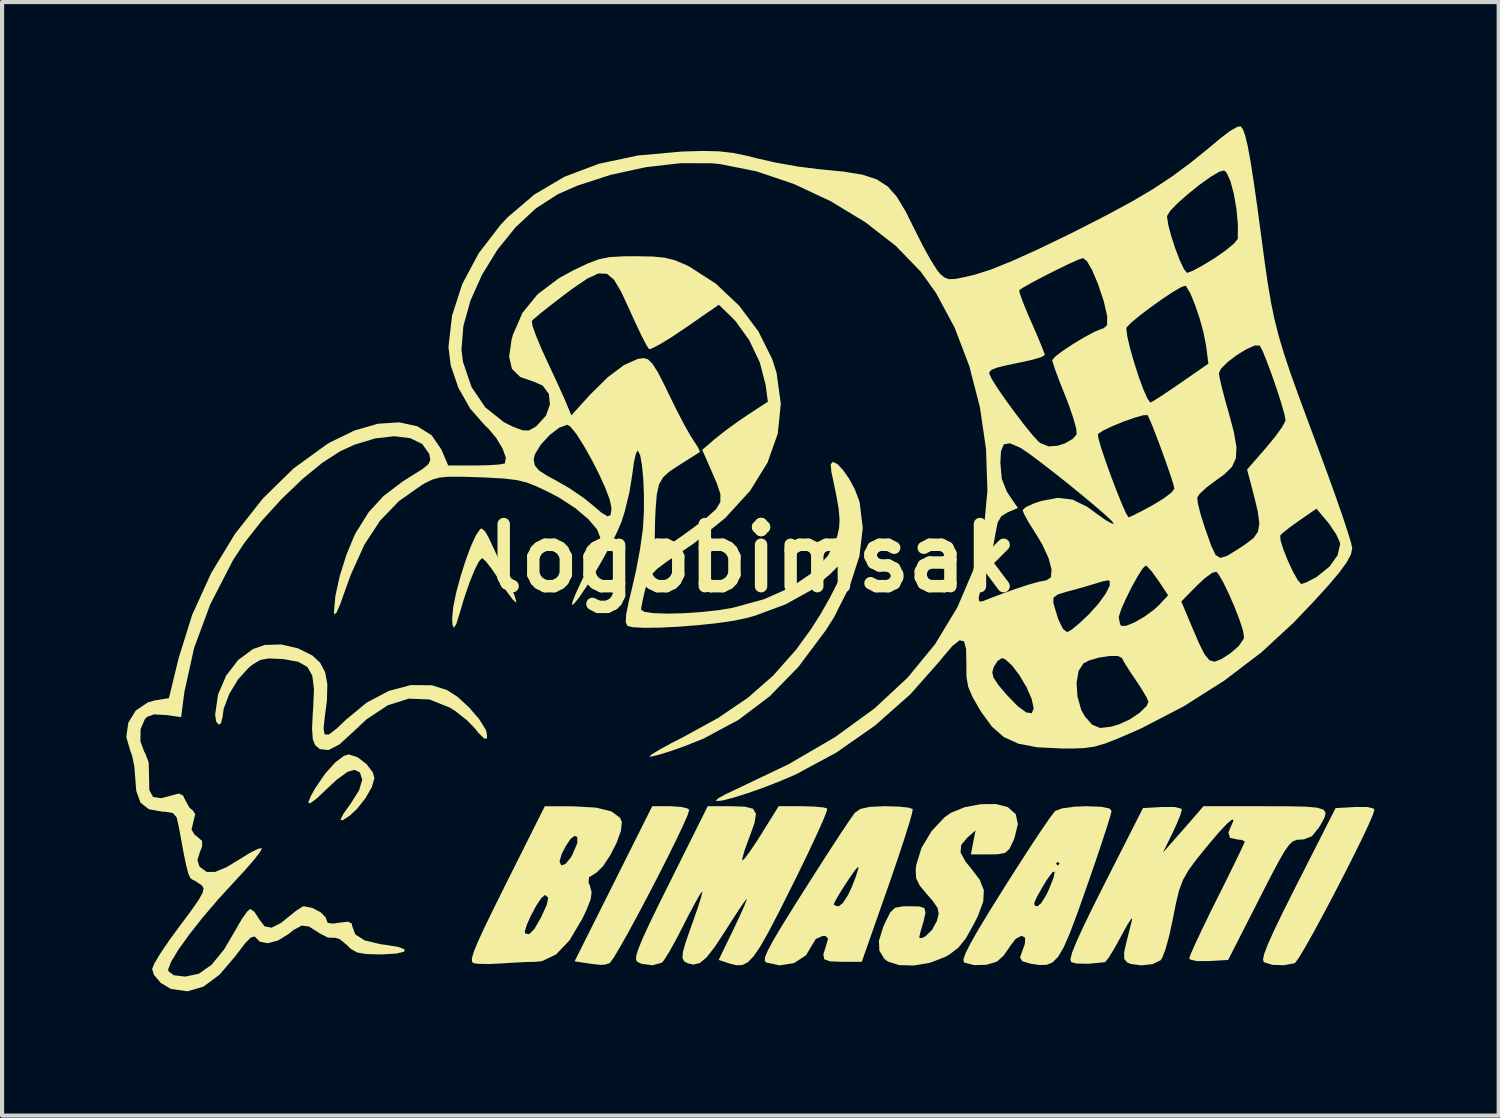
<source format=kicad_pcb>
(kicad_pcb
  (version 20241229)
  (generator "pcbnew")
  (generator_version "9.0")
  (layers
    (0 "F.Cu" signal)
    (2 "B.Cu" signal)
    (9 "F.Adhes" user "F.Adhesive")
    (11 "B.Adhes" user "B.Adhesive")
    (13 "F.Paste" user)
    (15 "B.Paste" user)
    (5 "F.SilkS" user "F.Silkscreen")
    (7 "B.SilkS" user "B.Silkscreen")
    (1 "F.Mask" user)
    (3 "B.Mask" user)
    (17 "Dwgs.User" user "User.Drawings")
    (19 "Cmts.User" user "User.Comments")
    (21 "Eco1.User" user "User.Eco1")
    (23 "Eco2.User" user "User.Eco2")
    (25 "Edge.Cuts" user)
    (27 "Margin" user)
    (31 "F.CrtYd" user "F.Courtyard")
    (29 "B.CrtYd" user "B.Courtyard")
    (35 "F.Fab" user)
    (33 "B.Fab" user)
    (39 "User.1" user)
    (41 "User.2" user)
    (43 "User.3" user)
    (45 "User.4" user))
  (footprint "logobimsak"
    (layer "F.Cu")
    (at 15.113 10.426)
    (property "Reference" "logobimsak" (at 0 0 0) (layer "F.SilkS") (effects (font (size 1.5 1.5) (thickness 0.3))))
    (attr board_only exclude_from_pos_files exclude_from_bom)
    (fp_poly (pts (xy -1.712 6.009) (xy -1.55 6.05) (xy -1.52 6.083) (xy -1.56 6.21) (xy -1.671 6.462) (xy -1.837 6.813) (xy -2.045 7.232) (xy -2.279 7.694) (xy -2.526 8.169) (xy -2.77 8.63) (xy -2.997 9.049) (xy -3.194 9.398) (xy -3.344 9.648) (xy -3.434 9.773) (xy -3.445 9.782) (xy -3.55 9.816) (xy -3.662 9.823) (xy -3.845 9.804) (xy -4.045 9.774) (xy -4.288 9.737) (xy -3.351 7.865) (xy -2.414 5.992) (xy -1.967 5.992)) (stroke (width 0) (type solid)) (fill yes) (layer "F.SilkS"))
    (fp_poly (pts (xy 14.848 6.01) (xy 15.005 6.048) (xy 15.025 6.078) (xy 14.985 6.206) (xy 14.875 6.459) (xy 14.709 6.81) (xy 14.501 7.231) (xy 14.267 7.693) (xy 14.021 8.168) (xy 13.776 8.63) (xy 13.549 9.049) (xy 13.352 9.398) (xy 13.202 9.649) (xy 13.112 9.773) (xy 13.101 9.782) (xy 12.845 9.831) (xy 12.563 9.822) (xy 12.357 9.759) (xy 12.334 9.698) (xy 12.362 9.563) (xy 12.447 9.337) (xy 12.597 9.003) (xy 12.817 8.547) (xy 13.115 7.952) (xy 13.162 7.86) (xy 14.087 6.037) (xy 14.556 6.01)) (stroke (width 0) (type solid)) (fill yes) (layer "F.SilkS"))
    (fp_poly (pts (xy -9.529 4.808) (xy -9.313 4.973) (xy -9.159 5.177) (xy -9.123 5.311) (xy -9.183 5.527) (xy -9.338 5.798) (xy -9.547 6.061) (xy -9.718 6.22) (xy -9.892 6.333) (xy -9.942 6.317) (xy -9.87 6.174) (xy -9.699 5.935) (xy -9.492 5.608) (xy -9.416 5.349) (xy -9.473 5.176) (xy -9.603 5.113) (xy -9.772 5.162) (xy -10.031 5.351) (xy -10.251 5.556) (xy -10.52 5.808) (xy -10.676 5.924) (xy -10.72 5.901) (xy -10.655 5.74) (xy -10.544 5.545) (xy -10.312 5.207) (xy -10.073 4.939) (xy -9.858 4.775) (xy -9.744 4.74)) (stroke (width 0) (type solid)) (fill yes) (layer "F.SilkS"))
    (fp_poly (pts (xy -6.45 -0.644) (xy -6.373 -0.514) (xy -6.081 0.112) (xy -5.871 0.582) (xy -5.742 0.897) (xy -5.696 1.054) (xy -5.704 1.073) (xy -5.78 1.003) (xy -5.919 0.818) (xy -6.092 0.557) (xy -6.105 0.537) (xy -6.281 0.272) (xy -6.43 0.08) (xy -6.52 0.000347) (xy -6.523 0) (xy -6.598 0.08) (xy -6.706 0.294) (xy -6.831 0.605) (xy -6.958 0.975) (xy -7.06 1.321) (xy -7.144 1.59) (xy -7.204 1.686) (xy -7.237 1.608) (xy -7.244 1.447) (xy -7.218 1.177) (xy -7.147 0.83) (xy -7.043 0.445) (xy -6.921 0.06) (xy -6.793 -0.284) (xy -6.672 -0.55) (xy -6.57 -0.698) (xy -6.533 -0.715)) (stroke (width 0) (type solid)) (fill yes) (layer "F.SilkS"))
    (fp_poly (pts (xy 3.539 6.001) (xy 3.772 6.025) (xy 3.877 6.059) (xy 3.877 6.059) (xy 3.861 6.16) (xy 3.792 6.403) (xy 3.679 6.764) (xy 3.53 7.216) (xy 3.353 7.735) (xy 3.282 7.938) (xy 2.646 9.749) (xy 2.172 9.749) (xy 1.881 9.738) (xy 1.739 9.687) (xy 1.718 9.566) (xy 1.787 9.352) (xy 1.832 9.186) (xy 1.774 9.127) (xy 1.703 9.123) (xy 1.536 9.197) (xy 1.481 9.286) (xy 1.3 9.591) (xy 1.011 9.78) (xy 0.657 9.835) (xy 0.34 9.765) (xy 0.303 9.724) (xy 0.312 9.635) (xy 0.375 9.481) (xy 0.502 9.243) (xy 0.702 8.905) (xy 0.985 8.449) (xy 1.035 8.368) (xy 1.968 8.368) (xy 2.04 8.404) (xy 2.09 8.407) (xy 2.189 8.331) (xy 2.315 8.134) (xy 2.404 7.946) (xy 2.503 7.689) (xy 2.56 7.508) (xy 2.564 7.453) (xy 2.508 7.506) (xy 2.392 7.664) (xy 2.249 7.879) (xy 2.109 8.1) (xy 2.005 8.281) (xy 1.968 8.368) (xy 1.035 8.368) (xy 1.265 8.005) (xy 1.584 7.504) (xy 1.878 7.047) (xy 2.131 6.659) (xy 2.328 6.364) (xy 2.453 6.185) (xy 2.481 6.149) (xy 2.612 6.058) (xy 2.827 6.009) (xy 3.17 5.992) (xy 3.228 5.992)) (stroke (width 0) (type solid)) (fill yes) (layer "F.SilkS"))
    (fp_poly (pts (xy 6.17 6.012) (xy 6.171 6.013) (xy 6.364 6.182) (xy 6.416 6.425) (xy 6.332 6.763) (xy 6.308 6.822) (xy 6.213 7.021) (xy 6.107 7.119) (xy 5.926 7.152) (xy 5.725 7.155) (xy 5.281 7.155) (xy 5.337 6.864) (xy 5.394 6.574) (xy 5.201 6.744) (xy 5.048 6.925) (xy 5.031 7.107) (xy 5.153 7.331) (xy 5.275 7.48) (xy 5.494 7.766) (xy 5.594 8.02) (xy 5.579 8.295) (xy 5.452 8.638) (xy 5.355 8.833) (xy 5.161 9.179) (xy 4.978 9.408) (xy 4.763 9.572) (xy 4.659 9.631) (xy 4.292 9.772) (xy 3.903 9.838) (xy 3.546 9.828) (xy 3.271 9.74) (xy 3.189 9.674) (xy 3.071 9.479) (xy 3.06 9.243) (xy 3.158 8.923) (xy 3.217 8.787) (xy 3.334 8.555) (xy 3.45 8.444) (xy 3.635 8.41) (xy 3.807 8.407) (xy 4.036 8.412) (xy 4.157 8.451) (xy 4.185 8.561) (xy 4.137 8.78) (xy 4.064 9.021) (xy 4.032 9.168) (xy 4.095 9.177) (xy 4.181 9.135) (xy 4.34 8.982) (xy 4.459 8.763) (xy 4.503 8.59) (xy 4.477 8.448) (xy 4.358 8.276) (xy 4.233 8.134) (xy 4.044 7.907) (xy 3.958 7.73) (xy 3.948 7.529) (xy 3.962 7.407) (xy 4.088 7) (xy 4.33 6.595) (xy 4.641 6.262) (xy 4.8 6.15) (xy 5.131 6.015) (xy 5.517 5.943) (xy 5.887 5.939)) (stroke (width 0) (type solid)) (fill yes) (layer "F.SilkS"))
    (fp_poly (pts (xy -10.968 2.179) (xy -10.62 2.352) (xy -10.434 2.526) (xy -10.312 2.756) (xy -10.258 3.048) (xy -10.269 3.442) (xy -10.319 3.823) (xy -10.35 4.115) (xy -10.323 4.26) (xy -10.221 4.259) (xy -10.032 4.116) (xy -9.816 3.909) (xy -9.312 3.492) (xy -8.779 3.209) (xy -8.243 3.066) (xy -7.732 3.072) (xy -7.367 3.187) (xy -7.111 3.354) (xy -6.839 3.604) (xy -6.598 3.881) (xy -6.44 4.134) (xy -6.412 4.209) (xy -6.4 4.356) (xy -6.472 4.357) (xy -6.616 4.215) (xy -6.691 4.118) (xy -6.887 3.915) (xy -7.16 3.7) (xy -7.298 3.612) (xy -7.792 3.414) (xy -8.292 3.394) (xy -8.798 3.554) (xy -9.31 3.892) (xy -9.648 4.209) (xy -9.97 4.502) (xy -10.231 4.636) (xy -10.44 4.613) (xy -10.553 4.517) (xy -10.609 4.378) (xy -10.628 4.127) (xy -10.61 3.733) (xy -10.602 3.641) (xy -10.581 3.167) (xy -10.622 2.838) (xy -10.743 2.627) (xy -10.963 2.504) (xy -11.298 2.443) (xy -11.37 2.436) (xy -11.673 2.423) (xy -11.877 2.46) (xy -12.06 2.569) (xy -12.158 2.647) (xy -12.414 2.929) (xy -12.627 3.281) (xy -12.761 3.635) (xy -12.787 3.823) (xy -12.823 3.981) (xy -12.879 4.025) (xy -12.944 3.947) (xy -12.968 3.779) (xy -12.897 3.291) (xy -12.703 2.84) (xy -12.414 2.463) (xy -12.057 2.198) (xy -11.767 2.097) (xy -11.372 2.086)) (stroke (width 0) (type solid)) (fill yes) (layer "F.SilkS"))
    (fp_poly (pts (xy -4.315 5.994) (xy -3.774 6.025) (xy -3.399 6.117) (xy -3.191 6.271) (xy -3.147 6.375) (xy -3.169 6.586) (xy -3.274 6.875) (xy -3.43 7.181) (xy -3.605 7.443) (xy -3.769 7.603) (xy -3.789 7.613) (xy -3.941 7.709) (xy -3.951 7.833) (xy -3.915 7.924) (xy -3.877 8.066) (xy -3.9 8.238) (xy -3.996 8.486) (xy -4.104 8.712) (xy -4.41 9.229) (xy -4.733 9.569) (xy -5.073 9.732) (xy -5.226 9.749) (xy -5.482 9.755) (xy -5.824 9.773) (xy -6.046 9.788) (xy -6.359 9.802) (xy -6.616 9.797) (xy -6.727 9.782) (xy -6.767 9.747) (xy -6.768 9.662) (xy -6.723 9.509) (xy -6.626 9.27) (xy -6.509 9.017) (xy -5.491 9.017) (xy -5.484 9.064) (xy -5.385 9.083) (xy -5.258 8.953) (xy -5.097 8.673) (xy -4.96 8.373) (xy -4.926 8.201) (xy -4.991 8.14) (xy -5.007 8.139) (xy -5.093 8.211) (xy -5.213 8.391) (xy -5.338 8.623) (xy -5.44 8.85) (xy -5.491 9.017) (xy -6.509 9.017) (xy -6.468 8.927) (xy -6.242 8.462) (xy -5.945 7.864) (xy -5.677 7.329) (xy -4.651 7.329) (xy -4.609 7.423) (xy -4.508 7.385) (xy -4.382 7.234) (xy -4.34 7.159) (xy -4.222 6.882) (xy -4.224 6.735) (xy -4.291 6.708) (xy -4.384 6.78) (xy -4.501 6.952) (xy -4.603 7.154) (xy -4.65 7.32) (xy -4.651 7.329) (xy -5.677 7.329) (xy -5.008 5.992)) (stroke (width 0) (type solid)) (fill yes) (layer "F.SilkS"))
    (fp_poly (pts (xy 8.426 6.005) (xy 8.625 6.045) (xy 8.678 6.104) (xy 8.65 6.219) (xy 8.572 6.476) (xy 8.451 6.846) (xy 8.297 7.305) (xy 8.118 7.823) (xy 8.074 7.948) (xy 7.853 8.574) (xy 7.674 9.049) (xy 7.525 9.393) (xy 7.391 9.623) (xy 7.258 9.76) (xy 7.114 9.821) (xy 6.943 9.827) (xy 6.731 9.795) (xy 6.724 9.794) (xy 6.524 9.736) (xy 6.47 9.65) (xy 6.487 9.587) (xy 6.584 9.316) (xy 6.593 9.171) (xy 6.514 9.123) (xy 6.497 9.123) (xy 6.362 9.195) (xy 6.226 9.372) (xy 6.217 9.388) (xy 6.069 9.603) (xy 5.908 9.746) (xy 5.655 9.821) (xy 5.362 9.829) (xy 5.128 9.769) (xy 5.114 9.761) (xy 5.099 9.696) (xy 5.148 9.55) (xy 5.268 9.31) (xy 5.467 8.961) (xy 5.753 8.489) (xy 5.855 8.327) (xy 6.811 8.327) (xy 6.822 8.393) (xy 6.892 8.407) (xy 6.979 8.332) (xy 7.098 8.141) (xy 7.167 7.997) (xy 7.281 7.708) (xy 7.306 7.569) (xy 7.25 7.586) (xy 7.119 7.762) (xy 7.032 7.905) (xy 6.878 8.175) (xy 6.811 8.327) (xy 5.855 8.327) (xy 6.089 7.951) (xy 6.409 7.448) (xy 6.454 7.379) (xy 7.334 7.379) (xy 7.379 7.423) (xy 7.423 7.379) (xy 7.379 7.334) (xy 7.334 7.379) (xy 6.454 7.379) (xy 6.704 6.992) (xy 6.959 6.607) (xy 7.158 6.315) (xy 7.287 6.141) (xy 7.32 6.104) (xy 7.486 6.043) (xy 7.778 6.003) (xy 8.066 5.992)) (stroke (width 0) (type solid)) (fill yes) (layer "F.SilkS"))
    (fp_poly (pts (xy -0.169 6.003) (xy 0.021 6.053) (xy 0.091 6.174) (xy 0.057 6.394) (xy -0.068 6.743) (xy -0.093 6.806) (xy -0.186 7.065) (xy -0.237 7.248) (xy -0.238 7.304) (xy -0.178 7.25) (xy -0.049 7.076) (xy 0.127 6.812) (xy 0.219 6.667) (xy 0.639 5.992) (xy 1.199 5.992) (xy 1.5 6) (xy 1.723 6.021) (xy 1.813 6.047) (xy 1.791 6.139) (xy 1.698 6.367) (xy 1.544 6.708) (xy 1.342 7.14) (xy 1.1 7.638) (xy 0.956 7.928) (xy 0.644 8.55) (xy 0.396 9.026) (xy 0.198 9.376) (xy 0.036 9.614) (xy -0.104 9.759) (xy -0.236 9.826) (xy -0.373 9.832) (xy -0.53 9.795) (xy -0.579 9.779) (xy -0.809 9.703) (xy -0.452 8.965) (xy -0.3 8.644) (xy -0.188 8.393) (xy -0.132 8.249) (xy -0.13 8.228) (xy -0.189 8.299) (xy -0.32 8.49) (xy -0.501 8.768) (xy -0.641 8.989) (xy -0.9 9.385) (xy -1.101 9.642) (xy -1.266 9.779) (xy -1.418 9.816) (xy -1.553 9.786) (xy -1.643 9.737) (xy -1.684 9.655) (xy -1.672 9.509) (xy -1.603 9.268) (xy -1.475 8.9) (xy -1.432 8.782) (xy -1.317 8.455) (xy -1.238 8.204) (xy -1.204 8.065) (xy -1.207 8.049) (xy -1.263 8.124) (xy -1.378 8.326) (xy -1.535 8.621) (xy -1.665 8.877) (xy -1.847 9.229) (xy -2.01 9.52) (xy -2.132 9.713) (xy -2.18 9.77) (xy -2.406 9.832) (xy -2.668 9.798) (xy -2.773 9.75) (xy -2.805 9.7) (xy -2.799 9.599) (xy -2.746 9.43) (xy -2.64 9.173) (xy -2.472 8.809) (xy -2.235 8.321) (xy -1.99 7.829) (xy -1.074 5.992) (xy -0.492 5.992)) (stroke (width 0) (type solid)) (fill yes) (layer "F.SilkS"))
    (fp_poly (pts (xy 12.952 5.993) (xy 13.366 6.002) (xy 13.64 6.026) (xy 13.794 6.074) (xy 13.848 6.151) (xy 13.82 6.268) (xy 13.731 6.43) (xy 13.685 6.507) (xy 13.516 6.716) (xy 13.319 6.793) (xy 13.24 6.797) (xy 13.142 6.805) (xy 13.054 6.841) (xy 12.961 6.929) (xy 12.849 7.089) (xy 12.703 7.344) (xy 12.507 7.714) (xy 12.248 8.221) (xy 12.233 8.251) (xy 11.493 9.704) (xy 11.023 9.731) (xy 10.731 9.731) (xy 10.573 9.693) (xy 10.554 9.663) (xy 10.592 9.555) (xy 10.698 9.315) (xy 10.858 8.974) (xy 11.06 8.559) (xy 11.224 8.228) (xy 11.447 7.782) (xy 11.638 7.393) (xy 11.785 7.089) (xy 11.874 6.897) (xy 11.895 6.843) (xy 11.821 6.805) (xy 11.731 6.797) (xy 11.538 6.756) (xy 11.5 6.628) (xy 11.548 6.509) (xy 11.622 6.34) (xy 11.595 6.308) (xy 11.473 6.406) (xy 11.263 6.63) (xy 11.028 6.907) (xy 10.738 7.263) (xy 10.538 7.534) (xy 10.403 7.77) (xy 10.308 8.024) (xy 10.23 8.348) (xy 10.151 8.748) (xy 10.069 9.126) (xy 9.98 9.445) (xy 9.898 9.657) (xy 9.864 9.71) (xy 9.674 9.802) (xy 9.403 9.835) (xy 9.144 9.802) (xy 9.049 9.76) (xy 8.982 9.675) (xy 8.982 9.514) (xy 9.032 9.292) (xy 9.104 9.009) (xy 9.162 8.774) (xy 9.175 8.72) (xy 9.158 8.706) (xy 9.076 8.827) (xy 8.946 9.058) (xy 8.9 9.145) (xy 8.741 9.434) (xy 8.608 9.65) (xy 8.525 9.754) (xy 8.518 9.758) (xy 8.117 9.796) (xy 7.826 9.79) (xy 7.701 9.755) (xy 7.684 9.687) (xy 7.723 9.531) (xy 7.827 9.271) (xy 7.999 8.894) (xy 8.247 8.385) (xy 8.511 7.86) (xy 9.436 6.037) (xy 9.905 6.01) (xy 10.203 6.01) (xy 10.358 6.05) (xy 10.375 6.08) (xy 10.338 6.208) (xy 10.242 6.439) (xy 10.147 6.644) (xy 9.919 7.11) (xy 10.156 6.842) (xy 10.379 6.588) (xy 10.615 6.317) (xy 10.645 6.283) (xy 10.896 5.992) (xy 12.379 5.992)) (stroke (width 0) (type solid)) (fill yes) (layer "F.SilkS"))
    (fp_poly (pts (xy 11.849 -10.355) (xy 11.906 -10.199) (xy 11.967 -9.943) (xy 12.035 -9.57) (xy 12.114 -9.064) (xy 12.207 -8.408) (xy 12.291 -7.777) (xy 12.374 -7.157) (xy 12.449 -6.637) (xy 12.525 -6.188) (xy 12.609 -5.779) (xy 12.71 -5.377) (xy 12.836 -4.953) (xy 12.995 -4.475) (xy 13.197 -3.912) (xy 13.448 -3.233) (xy 13.643 -2.711) (xy 13.868 -2.103) (xy 14.071 -1.541) (xy 14.243 -1.049) (xy 14.375 -0.651) (xy 14.46 -0.372) (xy 14.489 -0.238) (xy 14.459 -0.093) (xy 14.36 0.095) (xy 14.181 0.343) (xy 13.908 0.666) (xy 13.53 1.08) (xy 13.067 1.565) (xy 12.296 2.277) (xy 11.397 2.96) (xy 10.421 3.579) (xy 9.418 4.1) (xy 9.257 4.173) (xy 8.831 4.357) (xy 8.517 4.48) (xy 8.262 4.553) (xy 8.016 4.588) (xy 7.727 4.599) (xy 7.467 4.597) (xy 6.879 4.568) (xy 6.429 4.482) (xy 6.078 4.323) (xy 5.79 4.071) (xy 5.527 3.71) (xy 5.498 3.663) (xy 5.316 3.347) (xy 5.215 3.105) (xy 5.174 2.864) (xy 5.173 2.755) (xy 5.797 2.755) (xy 5.826 2.886) (xy 5.942 3.061) (xy 6.141 3.297) (xy 6.413 3.578) (xy 6.622 3.729) (xy 6.754 3.744) (xy 6.797 3.628) (xy 6.749 3.401) (xy 6.626 3.121) (xy 6.563 3.015) (xy 7.833 3.015) (xy 7.855 3.347) (xy 7.944 3.662) (xy 8.033 3.823) (xy 8.21 4.023) (xy 8.401 4.102) (xy 8.662 4.073) (xy 8.863 4.012) (xy 9.119 3.895) (xy 9.356 3.735) (xy 9.523 3.573) (xy 9.57 3.47) (xy 9.522 3.361) (xy 9.4 3.155) (xy 9.265 2.951) (xy 9.096 2.698) (xy 8.972 2.498) (xy 8.928 2.412) (xy 8.829 2.365) (xy 8.621 2.365) (xy 8.368 2.405) (xy 8.131 2.474) (xy 7.998 2.543) (xy 7.88 2.727) (xy 7.833 3.015) (xy 6.563 3.015) (xy 6.458 2.836) (xy 6.275 2.594) (xy 6.108 2.442) (xy 6.029 2.415) (xy 5.923 2.487) (xy 5.835 2.626) (xy 5.797 2.755) (xy 5.173 2.755) (xy 5.171 2.551) (xy 5.172 2.534) (xy 5.165 2.193) (xy 5.115 2.01) (xy 5.01 1.985) (xy 4.84 2.117) (xy 4.593 2.405) (xy 4.531 2.485) (xy 3.814 3.294) (xy 2.965 4.044) (xy 2.028 4.699) (xy 1.05 5.225) (xy 1.046 5.227) (xy 0.662 5.391) (xy 0.256 5.549) (xy -0.137 5.687) (xy -0.48 5.793) (xy -0.736 5.857) (xy -0.869 5.865) (xy -0.877 5.861) (xy -0.826 5.805) (xy -0.648 5.705) (xy -0.394 5.585) (xy 0.886 4.974) (xy 1.998 4.325) (xy 2.952 3.632) (xy 3.756 2.884) (xy 4.42 2.074) (xy 4.952 1.194) (xy 5.003 1.075) (xy 7.271 1.075) (xy 7.282 1.12) (xy 7.392 1.481) (xy 7.505 1.712) (xy 7.604 1.789) (xy 7.712 1.73) (xy 7.901 1.574) (xy 8.046 1.438) (xy 8.852 1.438) (xy 8.885 1.597) (xy 8.91 1.636) (xy 9.024 1.637) (xy 9.228 1.555) (xy 9.471 1.415) (xy 9.704 1.245) (xy 9.829 1.129) (xy 9.904 1.048) (xy 10.362 1.048) (xy 10.602 1.62) (xy 10.783 2.044) (xy 10.921 2.32) (xy 11.04 2.467) (xy 11.165 2.502) (xy 11.321 2.444) (xy 11.533 2.309) (xy 11.546 2.3) (xy 11.747 2.126) (xy 11.867 1.95) (xy 11.877 1.912) (xy 11.853 1.754) (xy 11.768 1.491) (xy 11.644 1.172) (xy 11.502 0.846) (xy 11.364 0.564) (xy 11.249 0.374) (xy 11.205 0.329) (xy 11.103 0.359) (xy 10.923 0.492) (xy 10.741 0.662) (xy 10.362 1.048) (xy 9.904 1.048) (xy 10.044 0.899) (xy 9.805 0.539) (xy 9.654 0.329) (xy 9.536 0.2) (xy 9.501 0.18) (xy 9.426 0.254) (xy 9.305 0.445) (xy 9.162 0.704) (xy 9.023 0.983) (xy 8.912 1.234) (xy 8.855 1.408) (xy 8.852 1.438) (xy 8.046 1.438) (xy 8.127 1.361) (xy 8.362 1.101) (xy 8.537 0.857) (xy 8.633 0.664) (xy 8.632 0.552) (xy 8.591 0.537) (xy 8.465 0.562) (xy 8.264 0.622) (xy 8.008 0.699) (xy 7.695 0.786) (xy 7.616 0.806) (xy 7.378 0.878) (xy 7.276 0.956) (xy 7.271 1.075) (xy 5.003 1.075) (xy 5.055 0.954) (xy 5.469 0.954) (xy 5.481 1.044) (xy 5.555 1.046) (xy 5.612 1.024) (xy 5.774 0.959) (xy 6.045 0.858) (xy 6.35 0.748) (xy 6.67 0.642) (xy 6.941 0.567) (xy 7.1 0.539) (xy 7.212 0.468) (xy 7.229 0.28) (xy 7.157 0.002) (xy 7.002 -0.334) (xy 6.845 -0.594) (xy 6.681 -0.854) (xy 6.567 -1.06) (xy 6.529 -1.158) (xy 6.607 -1.23) (xy 6.807 -1.322) (xy 6.974 -1.377) (xy 7.38 -1.455) (xy 7.734 -1.413) (xy 8.091 -1.238) (xy 8.324 -1.068) (xy 8.536 -0.916) (xy 8.688 -0.834) (xy 8.732 -0.831) (xy 8.682 -0.898) (xy 8.517 -1.052) (xy 8.266 -1.269) (xy 7.957 -1.527) (xy 7.616 -1.804) (xy 7.272 -2.077) (xy 6.952 -2.324) (xy 6.685 -2.523) (xy 6.498 -2.65) (xy 6.463 -2.67) (xy 6.222 -2.772) (xy 6.077 -2.748) (xy 6.008 -2.58) (xy 5.992 -2.3) (xy 6.027 -1.914) (xy 6.148 -1.608) (xy 6.205 -1.519) (xy 6.417 -1.209) (xy 6.173 -1.106) (xy 6.018 -1.013) (xy 5.929 -0.862) (xy 5.874 -0.595) (xy 5.869 -0.555) (xy 5.803 -0.205) (xy 5.7 0.195) (xy 5.633 0.408) (xy 5.519 0.752) (xy 5.469 0.954) (xy 5.055 0.954) (xy 5.362 0.235) (xy 5.379 0.186) (xy 5.593 -0.679) (xy 5.68 -1.629) (xy 5.647 -2.627) (xy 5.5 -3.638) (xy 5.289 -4.457) (xy 5.724 -4.457) (xy 5.776 -4.34) (xy 5.913 -4.12) (xy 6.107 -3.837) (xy 6.332 -3.528) (xy 6.559 -3.229) (xy 6.762 -2.979) (xy 6.911 -2.815) (xy 6.959 -2.777) (xy 7.161 -2.696) (xy 7.379 -2.713) (xy 7.554 -2.771) (xy 7.744 -2.881) (xy 7.835 -2.989) (xy 7.835 -2.989) (xy 8.347 -2.989) (xy 8.364 -2.878) (xy 8.431 -2.646) (xy 8.536 -2.335) (xy 8.662 -1.983) (xy 8.795 -1.633) (xy 8.92 -1.323) (xy 9.021 -1.094) (xy 9.084 -0.987) (xy 9.091 -0.984) (xy 9.186 -1.024) (xy 9.392 -1.128) (xy 9.664 -1.274) (xy 9.932 -1.437) (xy 9.966 -1.463) (xy 10.747 -1.463) (xy 10.762 -1.321) (xy 10.827 -1.061) (xy 10.931 -0.731) (xy 10.967 -0.627) (xy 11.092 -0.278) (xy 11.191 -0.074) (xy 11.305 -0.004) (xy 11.472 -0.056) (xy 11.733 -0.217) (xy 11.917 -0.339) (xy 12.107 -0.484) (xy 12.151 -0.547) (xy 12.751 -0.547) (xy 12.758 -0.428) (xy 12.826 -0.209) (xy 12.933 0.058) (xy 13.055 0.321) (xy 13.17 0.527) (xy 13.254 0.624) (xy 13.263 0.626) (xy 13.39 0.582) (xy 13.593 0.475) (xy 13.642 0.446) (xy 13.943 0.203) (xy 14.136 -0.069) (xy 14.196 -0.33) (xy 14.187 -0.389) (xy 14.1 -0.577) (xy 13.941 -0.813) (xy 13.882 -0.887) (xy 13.626 -1.193) (xy 13.212 -0.908) (xy 12.976 -0.738) (xy 12.805 -0.602) (xy 12.751 -0.547) (xy 12.151 -0.547) (xy 12.214 -0.638) (xy 12.246 -0.841) (xy 12.207 -1.134) (xy 12.105 -1.554) (xy 12.101 -1.568) (xy 11.95 -2.137) (xy 12.414 -2.671) (xy 12.634 -2.939) (xy 12.798 -3.166) (xy 12.876 -3.313) (xy 12.879 -3.33) (xy 12.85 -3.482) (xy 12.774 -3.748) (xy 12.667 -4.08) (xy 12.545 -4.432) (xy 12.425 -4.755) (xy 12.324 -5.004) (xy 12.256 -5.13) (xy 12.255 -5.132) (xy 12.139 -5.134) (xy 11.941 -5.047) (xy 11.706 -4.904) (xy 11.484 -4.736) (xy 11.323 -4.577) (xy 11.269 -4.468) (xy 11.293 -4.324) (xy 11.357 -4.057) (xy 11.449 -3.712) (xy 11.498 -3.542) (xy 11.631 -3.045) (xy 11.694 -2.68) (xy 11.68 -2.411) (xy 11.585 -2.202) (xy 11.401 -2.02) (xy 11.224 -1.894) (xy 10.98 -1.713) (xy 10.805 -1.551) (xy 10.747 -1.463) (xy 9.966 -1.463) (xy 10.123 -1.581) (xy 10.195 -1.676) (xy 10.166 -1.797) (xy 10.088 -2.037) (xy 9.979 -2.351) (xy 9.855 -2.693) (xy 9.732 -3.017) (xy 9.628 -3.279) (xy 9.559 -3.433) (xy 9.545 -3.453) (xy 9.442 -3.449) (xy 9.231 -3.389) (xy 8.963 -3.294) (xy 8.692 -3.183) (xy 8.471 -3.078) (xy 8.353 -2.999) (xy 8.347 -2.989) (xy 7.835 -2.989) (xy 7.825 -3.124) (xy 7.755 -3.379) (xy 7.64 -3.711) (xy 7.565 -3.904) (xy 7.426 -4.254) (xy 7.317 -4.545) (xy 7.255 -4.736) (xy 7.246 -4.782) (xy 7.318 -4.867) (xy 7.503 -5.007) (xy 7.754 -5.173) (xy 8.026 -5.336) (xy 8.271 -5.467) (xy 8.445 -5.539) (xy 8.48 -5.545) (xy 8.484 -5.549) (xy 9.033 -5.549) (xy 9.059 -5.346) (xy 9.128 -5.054) (xy 9.225 -4.715) (xy 9.336 -4.372) (xy 9.447 -4.07) (xy 9.545 -3.85) (xy 9.614 -3.757) (xy 9.619 -3.756) (xy 9.706 -3.804) (xy 9.905 -3.932) (xy 10.18 -4.117) (xy 10.339 -4.226) (xy 11.016 -4.695) (xy 10.96 -5.128) (xy 10.901 -5.434) (xy 10.807 -5.779) (xy 10.694 -6.115) (xy 10.581 -6.39) (xy 10.483 -6.556) (xy 10.461 -6.576) (xy 10.363 -6.545) (xy 10.166 -6.431) (xy 9.907 -6.259) (xy 9.627 -6.06) (xy 9.363 -5.86) (xy 9.155 -5.688) (xy 9.043 -5.572) (xy 9.033 -5.549) (xy 8.484 -5.549) (xy 8.569 -5.621) (xy 8.572 -5.844) (xy 8.49 -6.201) (xy 8.352 -6.613) (xy 8.211 -6.949) (xy 8.084 -7.169) (xy 7.99 -7.244) (xy 7.874 -7.205) (xy 7.647 -7.104) (xy 7.354 -6.962) (xy 7.04 -6.803) (xy 6.751 -6.65) (xy 6.533 -6.526) (xy 6.447 -6.469) (xy 6.465 -6.381) (xy 6.543 -6.168) (xy 6.666 -5.868) (xy 6.739 -5.702) (xy 6.884 -5.369) (xy 6.996 -5.099) (xy 7.059 -4.933) (xy 7.066 -4.903) (xy 6.986 -4.855) (xy 6.778 -4.792) (xy 6.551 -4.74) (xy 6.162 -4.66) (xy 5.916 -4.6) (xy 5.783 -4.548) (xy 5.73 -4.495) (xy 5.724 -4.457) (xy 5.289 -4.457) (xy 5.246 -4.627) (xy 4.891 -5.559) (xy 4.442 -6.397) (xy 4.071 -6.915) (xy 3.469 -7.537) (xy 2.732 -8.11) (xy 1.898 -8.616) (xy 1.008 -9.033) (xy 0.102 -9.339) (xy -0.778 -9.514) (xy -0.965 -9.533) (xy -1.728 -9.536) (xy -2.567 -9.439) (xy -3.419 -9.254) (xy -4.219 -8.994) (xy -4.695 -8.785) (xy -5.223 -8.445) (xy -5.716 -7.986) (xy -6.155 -7.441) (xy -6.524 -6.84) (xy -6.803 -6.217) (xy -6.974 -5.603) (xy -7.02 -5.03) (xy -6.984 -4.74) (xy -6.777 -4.131) (xy -6.446 -3.642) (xy -5.999 -3.283) (xy -5.774 -3.171) (xy -5.545 -3.086) (xy -5.398 -3.08) (xy -5.255 -3.156) (xy -5.201 -3.196) (xy -4.98 -3.438) (xy -4.884 -3.709) (xy -4.911 -3.966) (xy -5.059 -4.165) (xy -5.257 -4.253) (xy -5.601 -4.373) (xy -5.802 -4.57) (xy -5.869 -4.863) (xy -5.811 -5.27) (xy -5.779 -5.389) (xy -5.633 -5.724) (xy -5.321 -5.724) (xy -5.306 -5.615) (xy -5.225 -5.383) (xy -5.094 -5.066) (xy -4.978 -4.812) (xy -4.8 -4.43) (xy -4.639 -4.08) (xy -4.519 -3.813) (xy -4.477 -3.713) (xy -4.367 -3.447) (xy -3.905 -3.955) (xy -3.484 -4.37) (xy -3.096 -4.66) (xy -2.76 -4.81) (xy -2.622 -4.829) (xy -2.518 -4.801) (xy -2.41 -4.696) (xy -2.279 -4.49) (xy -2.108 -4.155) (xy -2.023 -3.978) (xy -1.833 -3.59) (xy -1.648 -3.235) (xy -1.494 -2.962) (xy -1.426 -2.855) (xy -1.309 -2.675) (xy -1.262 -2.569) (xy -1.265 -2.561) (xy -1.352 -2.505) (xy -1.545 -2.382) (xy -1.767 -2.243) (xy -1.998 -2.09) (xy -2.153 -1.949) (xy -2.249 -1.78) (xy -2.303 -1.541) (xy -2.332 -1.192) (xy -2.346 -0.872) (xy -2.352 -0.49) (xy -2.33 -0.267) (xy -2.279 -0.181) (xy -2.266 -0.179) (xy -2.152 -0.23) (xy -1.934 -0.368) (xy -1.645 -0.569) (xy -1.428 -0.728) (xy -1.086 -0.989) (xy -0.871 -1.183) (xy -0.769 -1.354) (xy -0.767 -1.545) (xy -0.852 -1.8) (xy -0.996 -2.134) (xy -1.207 -2.614) (xy -0.894 -2.882) (xy -0.641 -3.082) (xy -0.32 -3.314) (xy -0.101 -3.463) (xy 0.379 -3.776) (xy 0.323 -4.191) (xy 0.183 -4.727) (xy -0.072 -5.263) (xy -0.401 -5.72) (xy -0.488 -5.81) (xy -0.805 -6.117) (xy -1.612 -5.559) (xy -1.943 -5.337) (xy -2.223 -5.165) (xy -2.417 -5.063) (xy -2.49 -5.044) (xy -2.553 -5.14) (xy -2.669 -5.364) (xy -2.82 -5.682) (xy -2.958 -5.986) (xy -3.162 -6.428) (xy -3.335 -6.719) (xy -3.508 -6.865) (xy -3.713 -6.873) (xy -3.979 -6.751) (xy -4.338 -6.506) (xy -4.554 -6.345) (xy -4.862 -6.108) (xy -5.115 -5.907) (xy -5.279 -5.768) (xy -5.321 -5.724) (xy -5.633 -5.724) (xy -5.549 -5.919) (xy -5.182 -6.371) (xy -4.664 -6.76) (xy -4.315 -6.951) (xy -3.969 -7.115) (xy -3.701 -7.216) (xy -3.441 -7.268) (xy -3.12 -7.287) (xy -2.822 -7.289) (xy -2.406 -7.282) (xy -2.106 -7.253) (xy -1.859 -7.19) (xy -1.604 -7.081) (xy -1.51 -7.034) (xy -0.878 -6.627) (xy -0.314 -6.094) (xy 0.15 -5.474) (xy 0.483 -4.807) (xy 0.589 -4.473) (xy 0.691 -3.73) (xy 0.618 -3.005) (xy 0.369 -2.302) (xy -0.052 -1.623) (xy -0.645 -0.973) (xy -1.408 -0.354) (xy -1.712 -0.147) (xy -2.065 0.088) (xy -2.297 0.262) (xy -2.439 0.409) (xy -2.523 0.56) (xy -2.581 0.748) (xy -2.583 0.754) (xy -2.643 1.014) (xy -2.679 1.204) (xy -2.683 1.247) (xy -2.6 1.299) (xy -2.377 1.33) (xy -2.051 1.341) (xy -1.657 1.332) (xy -1.234 1.304) (xy -0.818 1.259) (xy -0.466 1.2) (xy 0.291 0.992) (xy 0.937 0.704) (xy 1.457 0.349) (xy 1.834 -0.063) (xy 2.053 -0.521) (xy 2.056 -0.534) (xy 2.098 -0.728) (xy 2.11 -0.93) (xy 2.089 -1.18) (xy 2.031 -1.517) (xy 1.934 -1.981) (xy 1.912 -2.079) (xy 1.896 -2.268) (xy 1.951 -2.324) (xy 2.057 -2.27) (xy 2.193 -2.128) (xy 2.339 -1.919) (xy 2.476 -1.666) (xy 2.581 -1.391) (xy 2.595 -1.342) (xy 2.67 -0.728) (xy 2.59 -0.051) (xy 2.358 0.672) (xy 1.98 1.423) (xy 1.774 1.748) (xy 1.121 2.621) (xy 0.427 3.334) (xy -0.331 3.907) (xy -1.175 4.359) (xy -1.663 4.554) (xy -2.007 4.673) (xy -2.282 4.757) (xy -2.449 4.795) (xy -2.481 4.793) (xy -2.424 4.739) (xy -2.237 4.625) (xy -1.952 4.469) (xy -1.686 4.333) (xy -0.825 3.862) (xy -0.106 3.374) (xy 0.508 2.836) (xy 1.054 2.219) (xy 1.419 1.718) (xy 1.651 1.353) (xy 1.87 0.969) (xy 2.054 0.609) (xy 2.183 0.312) (xy 2.235 0.121) (xy 2.235 0.114) (xy 2.182 0.114) (xy 2.044 0.224) (xy 1.882 0.388) (xy 1.418 0.779) (xy 0.805 1.118) (xy 0.068 1.391) (xy -0.134 1.448) (xy -0.448 1.513) (xy -0.852 1.572) (xy -1.308 1.62) (xy -1.778 1.657) (xy -2.223 1.679) (xy -2.603 1.684) (xy -2.88 1.67) (xy -3.012 1.637) (xy -3.053 1.551) (xy -3.044 1.365) (xy -2.982 1.055) (xy -2.909 0.759) (xy -2.803 0.293) (xy -2.708 -0.213) (xy -2.645 -0.663) (xy -2.637 -0.737) (xy -2.615 -1.118) (xy -2.614 -1.523) (xy -2.63 -1.912) (xy -2.662 -2.246) (xy -2.705 -2.485) (xy -2.759 -2.592) (xy -2.767 -2.594) (xy -2.811 -2.512) (xy -2.858 -2.299) (xy -2.897 -2.008) (xy -2.966 -1.584) (xy -3.078 -1.124) (xy -3.159 -0.868) (xy -3.267 -0.618) (xy -3.426 -0.302) (xy -3.617 0.046) (xy -3.819 0.394) (xy -4.015 0.708) (xy -4.183 0.956) (xy -4.304 1.106) (xy -4.354 1.131) (xy -4.334 1.039) (xy -4.248 0.827) (xy -4.11 0.531) (xy -4.03 0.369) (xy -3.868 0.033) (xy -3.743 -0.253) (xy -3.675 -0.444) (xy -3.667 -0.487) (xy -3.744 -0.691) (xy -3.955 -0.939) (xy -4.269 -1.203) (xy -4.657 -1.457) (xy -4.89 -1.581) (xy -5.196 -1.727) (xy -5.446 -1.825) (xy -5.695 -1.885) (xy -5.996 -1.921) (xy -6.403 -1.944) (xy -6.576 -1.951) (xy -7.023 -1.965) (xy -7.334 -1.965) (xy -7.554 -1.943) (xy -7.725 -1.895) (xy -7.891 -1.814) (xy -7.978 -1.764) (xy -8.528 -1.377) (xy -8.983 -0.906) (xy -9.364 -0.324) (xy -9.69 0.396) (xy -9.806 0.715) (xy -9.942 1.098) (xy -10.035 1.313) (xy -10.086 1.365) (xy -10.099 1.297) (xy -10.064 0.909) (xy -9.959 0.432) (xy -9.803 -0.067) (xy -9.616 -0.521) (xy -9.561 -0.629) (xy -9.26 -1.109) (xy -8.9 -1.501) (xy -8.431 -1.856) (xy -8.222 -1.987) (xy -7.954 -2.154) (xy -7.814 -2.272) (xy -7.771 -2.378) (xy -7.798 -2.509) (xy -7.801 -2.52) (xy -7.967 -2.755) (xy -8.257 -2.896) (xy -8.643 -2.942) (xy -9.096 -2.891) (xy -9.59 -2.743) (xy -9.947 -2.581) (xy -10.381 -2.301) (xy -10.866 -1.903) (xy -11.365 -1.424) (xy -11.842 -0.901) (xy -12.258 -0.373) (xy -12.535 0.048) (xy -13.087 1.12) (xy -13.476 2.171) (xy -13.709 3.226) (xy -13.729 3.373) (xy -13.789 3.84) (xy -14.165 3.789) (xy -14.442 3.774) (xy -14.609 3.833) (xy -14.664 3.886) (xy -14.768 4.13) (xy -14.772 4.427) (xy -14.677 4.683) (xy -14.66 4.705) (xy -14.573 4.933) (xy -14.564 5.29) (xy -14.557 5.605) (xy -14.466 5.769) (xy -14.274 5.798) (xy -14.039 5.737) (xy -13.845 5.685) (xy -13.745 5.731) (xy -13.686 5.852) (xy -13.588 6.026) (xy -13.505 6.097) (xy -13.449 6.182) (xy -13.494 6.367) (xy -13.538 6.557) (xy -13.463 6.68) (xy -13.403 6.724) (xy -13.283 6.832) (xy -13.282 6.964) (xy -13.331 7.086) (xy -13.396 7.29) (xy -13.352 7.434) (xy -13.328 7.465) (xy -13.173 7.578) (xy -12.967 7.578) (xy -12.684 7.459) (xy -12.384 7.276) (xy -12.127 7.117) (xy -11.931 7.02) (xy -11.839 7.003) (xy -11.875 7.085) (xy -12.014 7.267) (xy -12.233 7.521) (xy -12.49 7.799) (xy -12.897 8.243) (xy -13.271 8.682) (xy -13.595 9.093) (xy -13.853 9.453) (xy -14.027 9.739) (xy -14.101 9.929) (xy -14.098 9.973) (xy -13.966 10.074) (xy -13.689 10.106) (xy -13.364 10.037) (xy -13.055 9.821) (xy -12.751 9.449) (xy -12.476 8.982) (xy -12.326 8.719) (xy -12.195 8.535) (xy -12.119 8.471) (xy -12.019 8.543) (xy -11.913 8.708) (xy -11.776 8.891) (xy -11.605 8.925) (xy -11.376 8.809) (xy -11.211 8.675) (xy -11.01 8.514) (xy -10.86 8.418) (xy -10.825 8.407) (xy -10.614 8.451) (xy -10.414 8.557) (xy -10.295 8.683) (xy -10.285 8.722) (xy -10.249 8.811) (xy -10.112 8.825) (xy -9.972 8.804) (xy -9.757 8.78) (xy -9.669 8.825) (xy -9.659 8.883) (xy -9.586 9.085) (xy -9.359 9.231) (xy -8.971 9.324) (xy -8.858 9.339) (xy -8.537 9.391) (xy -8.39 9.45) (xy -8.408 9.506) (xy -8.587 9.549) (xy -8.921 9.569) (xy -8.998 9.57) (xy -9.329 9.561) (xy -9.54 9.523) (xy -9.69 9.438) (xy -9.793 9.338) (xy -9.963 9.199) (xy -10.097 9.164) (xy -10.11 9.17) (xy -10.243 9.164) (xy -10.437 9.066) (xy -10.469 9.044) (xy -10.7 8.897) (xy -10.877 8.874) (xy -11.071 8.978) (xy -11.196 9.078) (xy -11.448 9.234) (xy -11.696 9.299) (xy -11.887 9.264) (xy -11.94 9.212) (xy -12.012 9.138) (xy -12.102 9.159) (xy -12.236 9.292) (xy -12.438 9.556) (xy -12.469 9.599) (xy -12.863 10.061) (xy -13.251 10.348) (xy -13.637 10.461) (xy -14.028 10.405) (xy -14.042 10.401) (xy -14.279 10.26) (xy -14.445 10.065) (xy -14.489 9.921) (xy -14.437 9.792) (xy -14.296 9.555) (xy -14.087 9.245) (xy -13.831 8.894) (xy -13.823 8.884) (xy -13.545 8.511) (xy -13.365 8.253) (xy -13.271 8.084) (xy -13.247 7.978) (xy -13.282 7.911) (xy -13.299 7.896) (xy -13.46 7.79) (xy -13.529 7.758) (xy -13.572 7.719) (xy -13.616 7.616) (xy -13.667 7.422) (xy -13.731 7.112) (xy -13.814 6.659) (xy -13.845 6.488) (xy -13.898 6.26) (xy -13.987 6.157) (xy -14.171 6.125) (xy -14.248 6.122) (xy -14.569 6.065) (xy -14.771 5.905) (xy -14.873 5.619) (xy -14.895 5.343) (xy -14.919 5.033) (xy -14.973 4.77) (xy -15.009 4.679) (xy -15.113 4.324) (xy -15.066 3.978) (xy -14.887 3.684) (xy -14.596 3.486) (xy -14.414 3.435) (xy -14.084 3.382) (xy -13.852 2.425) (xy -13.523 1.371) (xy -13.062 0.359) (xy -12.488 -0.585) (xy -11.819 -1.435) (xy -11.074 -2.165) (xy -10.27 -2.748) (xy -10.197 -2.792) (xy -9.6 -3.082) (xy -9.037 -3.244) (xy -8.527 -3.278) (xy -8.09 -3.185) (xy -7.743 -2.968) (xy -7.507 -2.626) (xy -7.506 -2.624) (xy -7.34 -2.236) (xy -6.681 -2.236) (xy -6.354 -2.243) (xy -6.103 -2.26) (xy -5.975 -2.285) (xy -5.97 -2.288) (xy -5.955 -2.382) (xy -5.277 -2.382) (xy -5.25 -2.237) (xy -5.144 -2.113) (xy -4.926 -1.974) (xy -4.763 -1.888) (xy -4.416 -1.689) (xy -4.072 -1.455) (xy -3.89 -1.309) (xy -3.641 -1.098) (xy -3.493 -1.008) (xy -3.42 -1.036) (xy -3.399 -1.176) (xy -3.399 -1.215) (xy -3.439 -1.409) (xy -3.547 -1.696) (xy -3.702 -2.036) (xy -3.884 -2.392) (xy -4.073 -2.726) (xy -4.248 -3) (xy -4.39 -3.175) (xy -4.463 -3.22) (xy -4.66 -3.149) (xy -4.889 -2.973) (xy -5.101 -2.743) (xy -5.244 -2.512) (xy -5.277 -2.382) (xy -5.955 -2.382) (xy -5.948 -2.424) (xy -6.025 -2.641) (xy -6.176 -2.893) (xy -6.374 -3.13) (xy -6.448 -3.199) (xy -6.808 -3.606) (xy -7.095 -4.113) (xy -7.28 -4.656) (xy -7.334 -5.096) (xy -7.248 -5.853) (xy -7.001 -6.617) (xy -6.605 -7.359) (xy -6.074 -8.05) (xy -5.903 -8.231) (xy -5.256 -8.782) (xy -4.529 -9.21) (xy -3.703 -9.521) (xy -2.761 -9.721) (xy -1.693 -9.817) (xy -1.19 -9.831) (xy -0.802 -9.822) (xy -0.465 -9.784) (xy -0.118 -9.712) (xy 0.096 -9.657) (xy 0.572 -9.549) (xy 1.108 -9.454) (xy 1.591 -9.393) (xy 1.61 -9.391) (xy 2.209 -9.332) (xy 2.663 -9.258) (xy 3.005 -9.146) (xy 3.271 -8.975) (xy 3.492 -8.725) (xy 3.704 -8.374) (xy 3.924 -7.931) (xy 4.118 -7.546) (xy 4.304 -7.209) (xy 4.46 -6.961) (xy 4.546 -6.854) (xy 4.65 -6.771) (xy 4.758 -6.734) (xy 4.916 -6.742) (xy 5.172 -6.795) (xy 5.385 -6.846) (xy 5.756 -6.964) (xy 6.268 -7.17) (xy 6.908 -7.459) (xy 7.664 -7.824) (xy 7.87 -7.928) (xy 8.509 -8.254) (xy 10.017 -8.254) (xy 10.045 -8.056) (xy 10.117 -7.78) (xy 10.216 -7.476) (xy 10.324 -7.193) (xy 10.424 -6.981) (xy 10.498 -6.888) (xy 10.504 -6.887) (xy 10.629 -6.933) (xy 10.856 -7.054) (xy 11.138 -7.224) (xy 11.166 -7.242) (xy 11.436 -7.431) (xy 11.635 -7.596) (xy 11.724 -7.705) (xy 11.725 -7.712) (xy 11.728 -8.055) (xy 11.693 -8.432) (xy 11.63 -8.797) (xy 11.547 -9.105) (xy 11.454 -9.308) (xy 11.397 -9.361) (xy 11.276 -9.328) (xy 11.065 -9.202) (xy 10.802 -9.014) (xy 10.528 -8.795) (xy 10.28 -8.576) (xy 10.097 -8.388) (xy 10.018 -8.262) (xy 10.017 -8.254) (xy 8.509 -8.254) (xy 8.586 -8.294) (xy 9.175 -8.613) (xy 9.676 -8.909) (xy 10.127 -9.207) (xy 10.567 -9.531) (xy 11.033 -9.907) (xy 11.306 -10.136) (xy 11.534 -10.311) (xy 11.715 -10.414) (xy 11.795 -10.426)) (stroke (width 0) (type solid)) (fill yes) (layer "F.SilkS")))
  (gr_rect
    (start -3 -3)
    (end 33.139 23.888)
    (stroke (width 0.1) (type default))
    (fill no)
    (layer "Edge.Cuts")))
</source>
